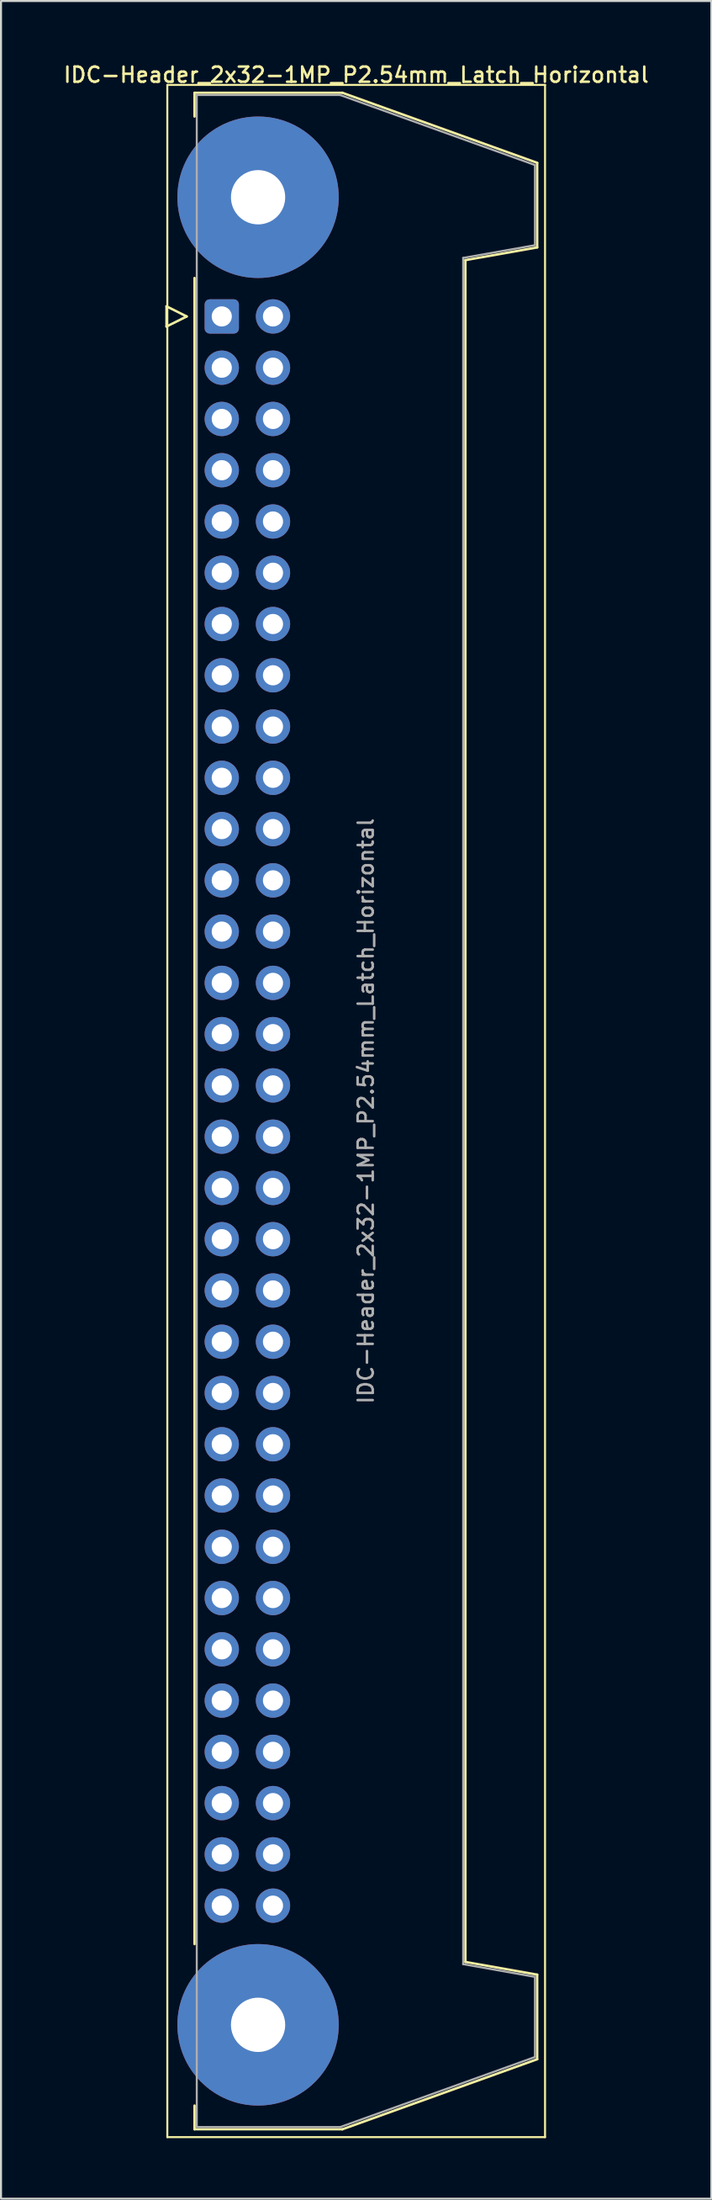
<source format=kicad_pcb>
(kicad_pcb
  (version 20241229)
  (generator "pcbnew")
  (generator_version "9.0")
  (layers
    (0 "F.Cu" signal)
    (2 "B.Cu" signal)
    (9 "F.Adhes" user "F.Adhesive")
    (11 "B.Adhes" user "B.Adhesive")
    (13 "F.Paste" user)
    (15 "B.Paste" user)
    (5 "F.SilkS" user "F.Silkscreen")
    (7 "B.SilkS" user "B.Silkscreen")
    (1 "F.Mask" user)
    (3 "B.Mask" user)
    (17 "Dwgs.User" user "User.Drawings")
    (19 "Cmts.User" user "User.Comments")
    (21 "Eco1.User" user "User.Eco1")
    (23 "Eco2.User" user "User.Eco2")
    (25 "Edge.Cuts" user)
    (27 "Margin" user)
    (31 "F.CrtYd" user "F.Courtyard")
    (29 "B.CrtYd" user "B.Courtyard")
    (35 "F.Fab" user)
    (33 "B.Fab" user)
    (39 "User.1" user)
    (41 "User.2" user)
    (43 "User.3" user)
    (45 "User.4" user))
  (footprint "IDC-Header_2x32-1MP_P2.54mm_Latch_Horizontal"
    (layer "F.Cu")
    (at 7.947 12.628)
    (property "Reference" "IDC-Header_2x32-1MP_P2.54mm_Latch_Horizontal" (at 6.665 -11.97 0) (layer "F.SilkS") (effects (font (size 0.75 0.75) (thickness 0.125))))
    (attr through_hole)
    (fp_line (start -2.74 -0.5) (end -2.74 0.5) (stroke (width 0.12) (type solid)) (layer "F.SilkS"))
    (fp_line (start -2.74 0.5) (end -1.74 0) (stroke (width 0.12) (type solid)) (layer "F.SilkS"))
    (fp_line (start -2.7 -11.47) (end -2.7 90.21) (stroke (width 0.1) (type solid)) (layer "F.SilkS"))
    (fp_line (start -2.7 90.21) (end 16.03 90.21) (stroke (width 0.1) (type solid)) (layer "F.SilkS"))
    (fp_line (start -1.74 0) (end -2.74 -0.5) (stroke (width 0.12) (type solid)) (layer "F.SilkS"))
    (fp_line (start -1.35 -11.08) (end -1.35 -9.905) (stroke (width 0.12) (type solid)) (layer "F.SilkS"))
    (fp_line (start -1.35 -11.08) (end 5.98 -11.08) (stroke (width 0.12) (type solid)) (layer "F.SilkS"))
    (fp_line (start -1.35 -1.905) (end -1.35 80.645) (stroke (width 0.12) (type solid)) (layer "F.SilkS"))
    (fp_line (start -1.35 88.645) (end -1.35 89.82) (stroke (width 0.12) (type solid)) (layer "F.SilkS"))
    (fp_line (start 5.98 -11.08) (end 15.64 -7.61) (stroke (width 0.12) (type solid)) (layer "F.SilkS"))
    (fp_line (start 5.98 89.82) (end -1.35 89.82) (stroke (width 0.12) (type solid)) (layer "F.SilkS"))
    (fp_line (start 12.08 -2.79) (end 12.08 81.53) (stroke (width 0.12) (type solid)) (layer "F.SilkS"))
    (fp_line (start 12.08 81.53) (end 15.64 82.16) (stroke (width 0.12) (type solid)) (layer "F.SilkS"))
    (fp_line (start 15.64 -7.61) (end 15.64 -3.42) (stroke (width 0.12) (type solid)) (layer "F.SilkS"))
    (fp_line (start 15.64 -3.42) (end 12.08 -2.79) (stroke (width 0.12) (type solid)) (layer "F.SilkS"))
    (fp_line (start 15.64 82.16) (end 15.64 86.35) (stroke (width 0.12) (type solid)) (layer "F.SilkS"))
    (fp_line (start 15.64 86.35) (end 5.98 89.82) (stroke (width 0.12) (type solid)) (layer "F.SilkS"))
    (fp_line (start 16.03 -11.47) (end -2.7 -11.47) (stroke (width 0.1) (type solid)) (layer "F.SilkS"))
    (fp_line (start 16.03 90.21) (end 16.03 -11.47) (stroke (width 0.1) (type solid)) (layer "F.SilkS"))
    (fp_line (start -1.24 -10.97) (end 5.87 -10.97) (stroke (width 0.1) (type solid)) (layer "F.Fab"))
    (fp_line (start -1.24 89.71) (end -1.24 -10.97) (stroke (width 0.1) (type solid)) (layer "F.Fab"))
    (fp_line (start 5.87 -10.97) (end 15.53 -7.5) (stroke (width 0.1) (type solid)) (layer "F.Fab"))
    (fp_line (start 5.87 89.71) (end -1.24 89.71) (stroke (width 0.1) (type solid)) (layer "F.Fab"))
    (fp_line (start 11.97 -2.9) (end 11.97 81.64) (stroke (width 0.1) (type solid)) (layer "F.Fab"))
    (fp_line (start 11.97 81.64) (end 15.53 82.27) (stroke (width 0.1) (type solid)) (layer "F.Fab"))
    (fp_line (start 15.53 -7.5) (end 15.53 -3.53) (stroke (width 0.1) (type solid)) (layer "F.Fab"))
    (fp_line (start 15.53 -3.53) (end 11.97 -2.9) (stroke (width 0.1) (type solid)) (layer "F.Fab"))
    (fp_line (start 15.53 82.27) (end 15.53 86.24) (stroke (width 0.1) (type solid)) (layer "F.Fab"))
    (fp_line (start 15.53 86.24) (end 5.87 89.71) (stroke (width 0.1) (type solid)) (layer "F.Fab"))
    (fp_text user "${REFERENCE}" (at 7.145 39.37 90) (layer "F.Fab") (effects (font (size 0.75 0.75) (thickness 0.125))))
    (pad "1" thru_hole roundrect (at 0 0) (size 1.7 1.7) (drill 1) (layers "*.Cu" "*.Mask") (roundrect_rratio 0.147))
    (pad "2" thru_hole circle (at 2.54 0) (size 1.7 1.7) (drill 1) (layers "*.Cu" "*.Mask"))
    (pad "3" thru_hole circle (at 0 2.54) (size 1.7 1.7) (drill 1) (layers "*.Cu" "*.Mask"))
    (pad "4" thru_hole circle (at 2.54 2.54) (size 1.7 1.7) (drill 1) (layers "*.Cu" "*.Mask"))
    (pad "5" thru_hole circle (at 0 5.08) (size 1.7 1.7) (drill 1) (layers "*.Cu" "*.Mask"))
    (pad "6" thru_hole circle (at 2.54 5.08) (size 1.7 1.7) (drill 1) (layers "*.Cu" "*.Mask"))
    (pad "7" thru_hole circle (at 0 7.62) (size 1.7 1.7) (drill 1) (layers "*.Cu" "*.Mask"))
    (pad "8" thru_hole circle (at 2.54 7.62) (size 1.7 1.7) (drill 1) (layers "*.Cu" "*.Mask"))
    (pad "9" thru_hole circle (at 0 10.16) (size 1.7 1.7) (drill 1) (layers "*.Cu" "*.Mask"))
    (pad "10" thru_hole circle (at 2.54 10.16) (size 1.7 1.7) (drill 1) (layers "*.Cu" "*.Mask"))
    (pad "11" thru_hole circle (at 0 12.7) (size 1.7 1.7) (drill 1) (layers "*.Cu" "*.Mask"))
    (pad "12" thru_hole circle (at 2.54 12.7) (size 1.7 1.7) (drill 1) (layers "*.Cu" "*.Mask"))
    (pad "13" thru_hole circle (at 0 15.24) (size 1.7 1.7) (drill 1) (layers "*.Cu" "*.Mask"))
    (pad "14" thru_hole circle (at 2.54 15.24) (size 1.7 1.7) (drill 1) (layers "*.Cu" "*.Mask"))
    (pad "15" thru_hole circle (at 0 17.78) (size 1.7 1.7) (drill 1) (layers "*.Cu" "*.Mask"))
    (pad "16" thru_hole circle (at 2.54 17.78) (size 1.7 1.7) (drill 1) (layers "*.Cu" "*.Mask"))
    (pad "17" thru_hole circle (at 0 20.32) (size 1.7 1.7) (drill 1) (layers "*.Cu" "*.Mask"))
    (pad "18" thru_hole circle (at 2.54 20.32) (size 1.7 1.7) (drill 1) (layers "*.Cu" "*.Mask"))
    (pad "19" thru_hole circle (at 0 22.86) (size 1.7 1.7) (drill 1) (layers "*.Cu" "*.Mask"))
    (pad "20" thru_hole circle (at 2.54 22.86) (size 1.7 1.7) (drill 1) (layers "*.Cu" "*.Mask"))
    (pad "21" thru_hole circle (at 0 25.4) (size 1.7 1.7) (drill 1) (layers "*.Cu" "*.Mask"))
    (pad "22" thru_hole circle (at 2.54 25.4) (size 1.7 1.7) (drill 1) (layers "*.Cu" "*.Mask"))
    (pad "23" thru_hole circle (at 0 27.94) (size 1.7 1.7) (drill 1) (layers "*.Cu" "*.Mask"))
    (pad "24" thru_hole circle (at 2.54 27.94) (size 1.7 1.7) (drill 1) (layers "*.Cu" "*.Mask"))
    (pad "25" thru_hole circle (at 0 30.48) (size 1.7 1.7) (drill 1) (layers "*.Cu" "*.Mask"))
    (pad "26" thru_hole circle (at 2.54 30.48) (size 1.7 1.7) (drill 1) (layers "*.Cu" "*.Mask"))
    (pad "27" thru_hole circle (at 0 33.02) (size 1.7 1.7) (drill 1) (layers "*.Cu" "*.Mask"))
    (pad "28" thru_hole circle (at 2.54 33.02) (size 1.7 1.7) (drill 1) (layers "*.Cu" "*.Mask"))
    (pad "29" thru_hole circle (at 0 35.56) (size 1.7 1.7) (drill 1) (layers "*.Cu" "*.Mask"))
    (pad "30" thru_hole circle (at 2.54 35.56) (size 1.7 1.7) (drill 1) (layers "*.Cu" "*.Mask"))
    (pad "31" thru_hole circle (at 0 38.1) (size 1.7 1.7) (drill 1) (layers "*.Cu" "*.Mask"))
    (pad "32" thru_hole circle (at 2.54 38.1) (size 1.7 1.7) (drill 1) (layers "*.Cu" "*.Mask"))
    (pad "33" thru_hole circle (at 0 40.64) (size 1.7 1.7) (drill 1) (layers "*.Cu" "*.Mask"))
    (pad "34" thru_hole circle (at 2.54 40.64) (size 1.7 1.7) (drill 1) (layers "*.Cu" "*.Mask"))
    (pad "35" thru_hole circle (at 0 43.18) (size 1.7 1.7) (drill 1) (layers "*.Cu" "*.Mask"))
    (pad "36" thru_hole circle (at 2.54 43.18) (size 1.7 1.7) (drill 1) (layers "*.Cu" "*.Mask"))
    (pad "37" thru_hole circle (at 0 45.72) (size 1.7 1.7) (drill 1) (layers "*.Cu" "*.Mask"))
    (pad "38" thru_hole circle (at 2.54 45.72) (size 1.7 1.7) (drill 1) (layers "*.Cu" "*.Mask"))
    (pad "39" thru_hole circle (at 0 48.26) (size 1.7 1.7) (drill 1) (layers "*.Cu" "*.Mask"))
    (pad "40" thru_hole circle (at 2.54 48.26) (size 1.7 1.7) (drill 1) (layers "*.Cu" "*.Mask"))
    (pad "41" thru_hole circle (at 0 50.8) (size 1.7 1.7) (drill 1) (layers "*.Cu" "*.Mask"))
    (pad "42" thru_hole circle (at 2.54 50.8) (size 1.7 1.7) (drill 1) (layers "*.Cu" "*.Mask"))
    (pad "43" thru_hole circle (at 0 53.34) (size 1.7 1.7) (drill 1) (layers "*.Cu" "*.Mask"))
    (pad "44" thru_hole circle (at 2.54 53.34) (size 1.7 1.7) (drill 1) (layers "*.Cu" "*.Mask"))
    (pad "45" thru_hole circle (at 0 55.88) (size 1.7 1.7) (drill 1) (layers "*.Cu" "*.Mask"))
    (pad "46" thru_hole circle (at 2.54 55.88) (size 1.7 1.7) (drill 1) (layers "*.Cu" "*.Mask"))
    (pad "47" thru_hole circle (at 0 58.42) (size 1.7 1.7) (drill 1) (layers "*.Cu" "*.Mask"))
    (pad "48" thru_hole circle (at 2.54 58.42) (size 1.7 1.7) (drill 1) (layers "*.Cu" "*.Mask"))
    (pad "49" thru_hole circle (at 0 60.96) (size 1.7 1.7) (drill 1) (layers "*.Cu" "*.Mask"))
    (pad "50" thru_hole circle (at 2.54 60.96) (size 1.7 1.7) (drill 1) (layers "*.Cu" "*.Mask"))
    (pad "51" thru_hole circle (at 0 63.5) (size 1.7 1.7) (drill 1) (layers "*.Cu" "*.Mask"))
    (pad "52" thru_hole circle (at 2.54 63.5) (size 1.7 1.7) (drill 1) (layers "*.Cu" "*.Mask"))
    (pad "53" thru_hole circle (at 0 66.04) (size 1.7 1.7) (drill 1) (layers "*.Cu" "*.Mask"))
    (pad "54" thru_hole circle (at 2.54 66.04) (size 1.7 1.7) (drill 1) (layers "*.Cu" "*.Mask"))
    (pad "55" thru_hole circle (at 0 68.58) (size 1.7 1.7) (drill 1) (layers "*.Cu" "*.Mask"))
    (pad "56" thru_hole circle (at 2.54 68.58) (size 1.7 1.7) (drill 1) (layers "*.Cu" "*.Mask"))
    (pad "57" thru_hole circle (at 0 71.12) (size 1.7 1.7) (drill 1) (layers "*.Cu" "*.Mask"))
    (pad "58" thru_hole circle (at 2.54 71.12) (size 1.7 1.7) (drill 1) (layers "*.Cu" "*.Mask"))
    (pad "59" thru_hole circle (at 0 73.66) (size 1.7 1.7) (drill 1) (layers "*.Cu" "*.Mask"))
    (pad "60" thru_hole circle (at 2.54 73.66) (size 1.7 1.7) (drill 1) (layers "*.Cu" "*.Mask"))
    (pad "61" thru_hole circle (at 0 76.2) (size 1.7 1.7) (drill 1) (layers "*.Cu" "*.Mask"))
    (pad "62" thru_hole circle (at 2.54 76.2) (size 1.7 1.7) (drill 1) (layers "*.Cu" "*.Mask"))
    (pad "63" thru_hole circle (at 0 78.74) (size 1.7 1.7) (drill 1) (layers "*.Cu" "*.Mask"))
    (pad "64" thru_hole circle (at 2.54 78.74) (size 1.7 1.7) (drill 1) (layers "*.Cu" "*.Mask"))
    (pad "MP" thru_hole circle (at 1.8 -5.905) (size 8 8) (drill 2.69) (layers "*.Cu" "*.Mask"))
    (pad "MP" thru_hole circle (at 1.8 84.645) (size 8 8) (drill 2.69) (layers "*.Cu" "*.Mask")))
  (gr_rect
    (start -3 -3)
    (end 32.225 105.888)
    (stroke (width 0.1) (type default))
    (fill no)
    (layer "Edge.Cuts")))
</source>
